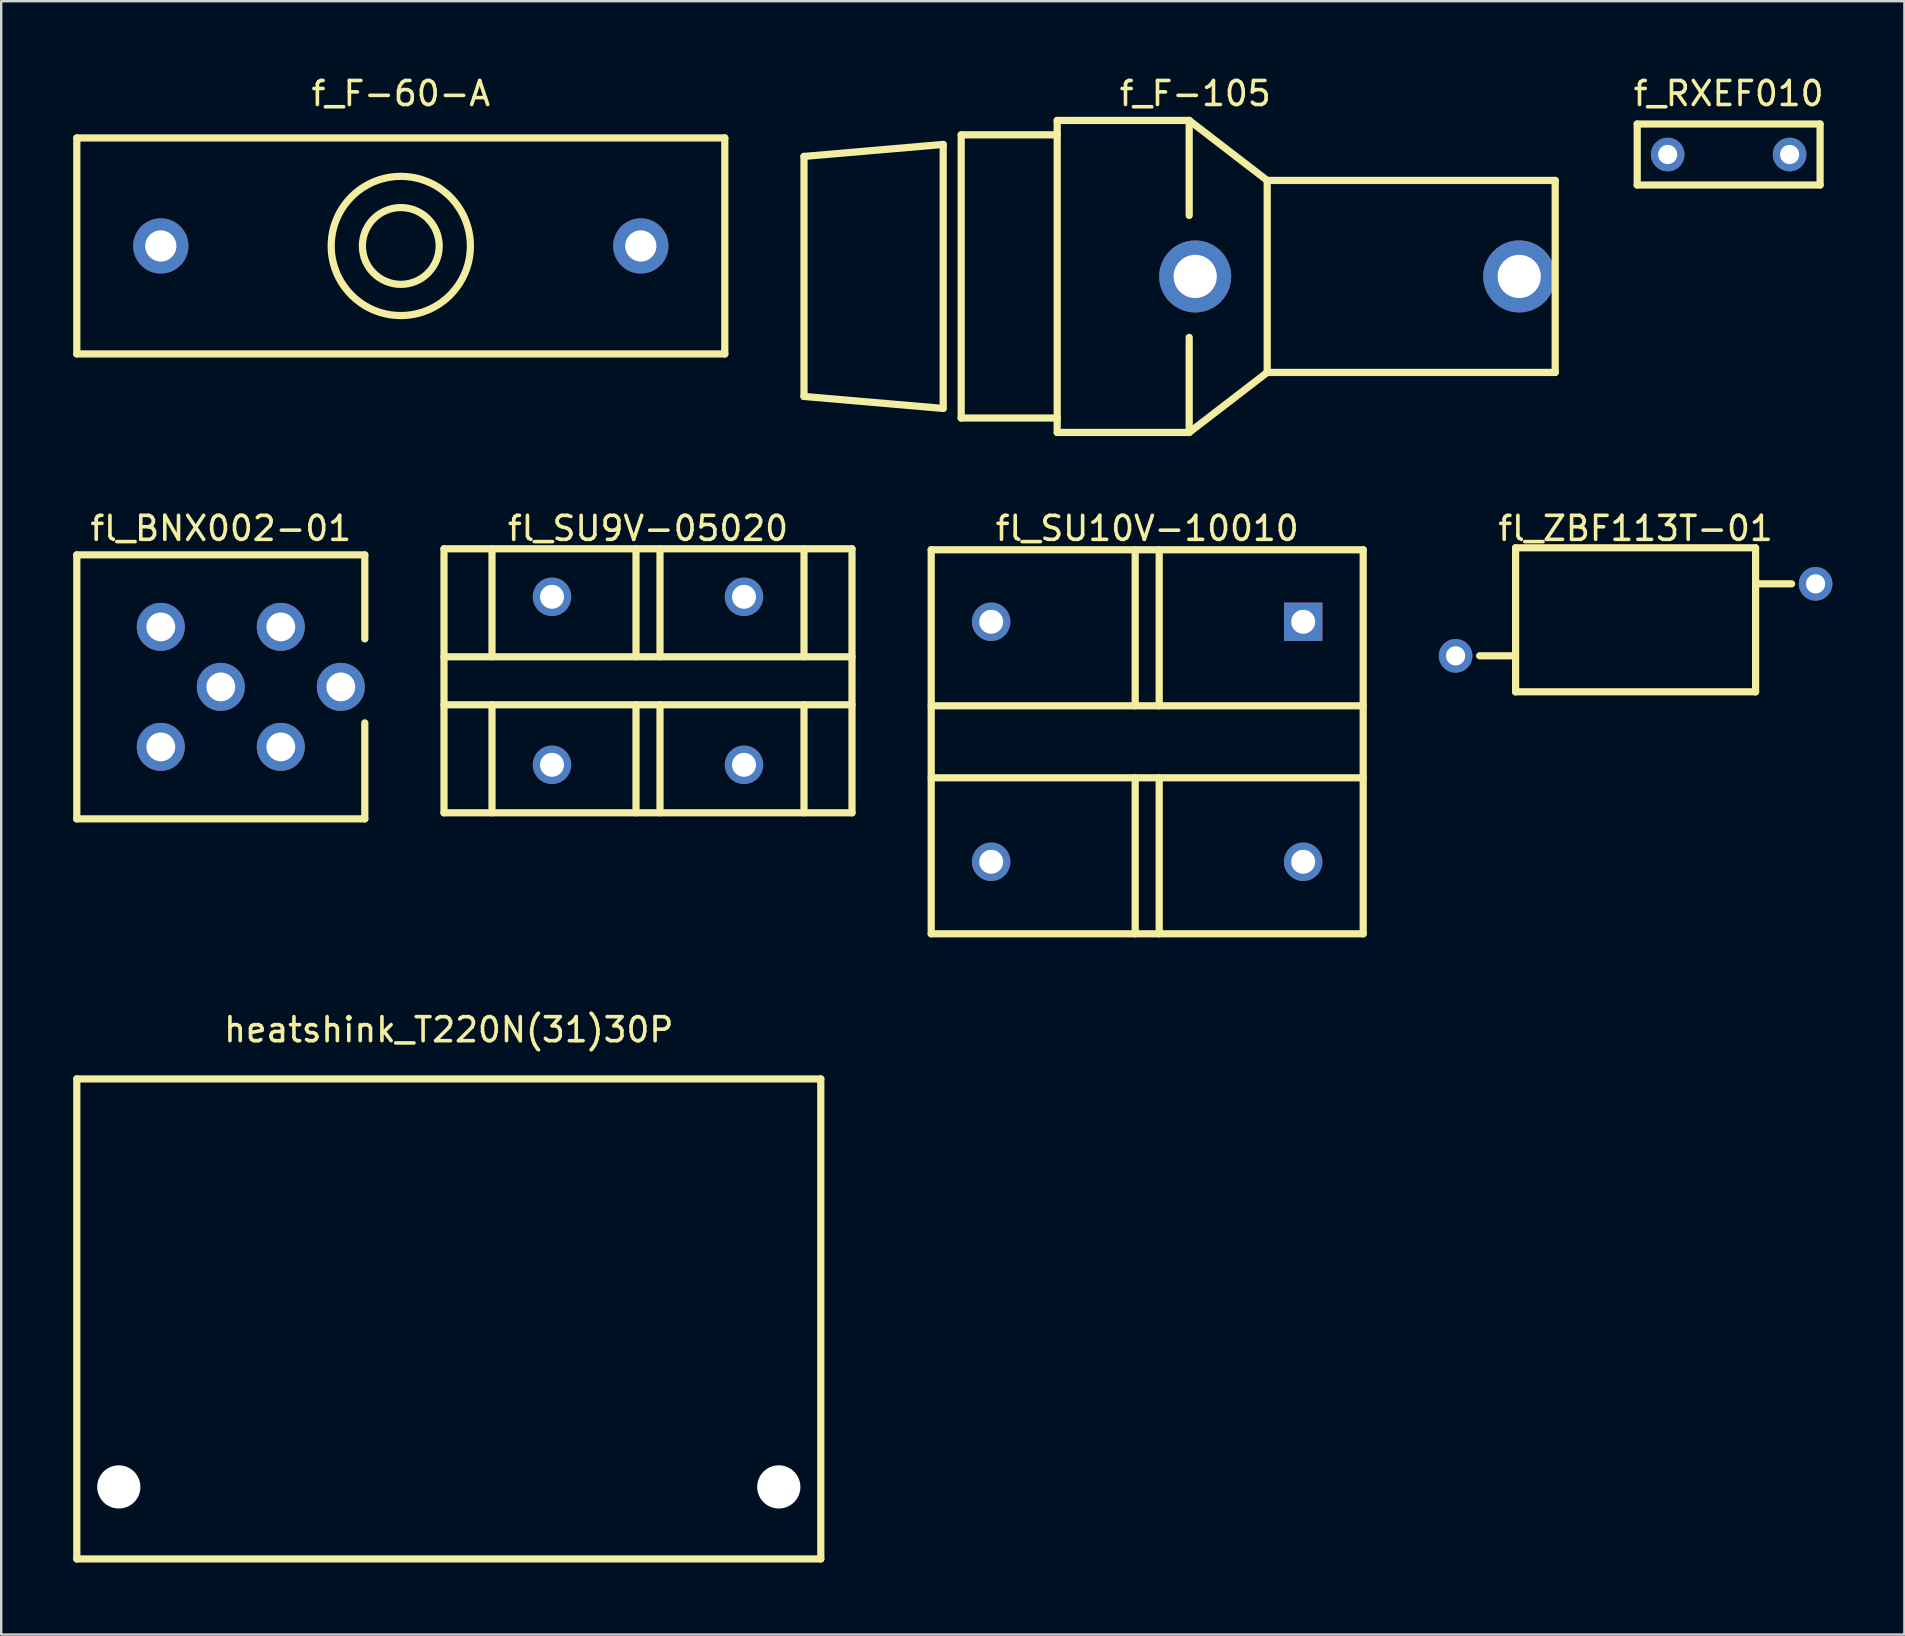
<source format=kicad_pcb>
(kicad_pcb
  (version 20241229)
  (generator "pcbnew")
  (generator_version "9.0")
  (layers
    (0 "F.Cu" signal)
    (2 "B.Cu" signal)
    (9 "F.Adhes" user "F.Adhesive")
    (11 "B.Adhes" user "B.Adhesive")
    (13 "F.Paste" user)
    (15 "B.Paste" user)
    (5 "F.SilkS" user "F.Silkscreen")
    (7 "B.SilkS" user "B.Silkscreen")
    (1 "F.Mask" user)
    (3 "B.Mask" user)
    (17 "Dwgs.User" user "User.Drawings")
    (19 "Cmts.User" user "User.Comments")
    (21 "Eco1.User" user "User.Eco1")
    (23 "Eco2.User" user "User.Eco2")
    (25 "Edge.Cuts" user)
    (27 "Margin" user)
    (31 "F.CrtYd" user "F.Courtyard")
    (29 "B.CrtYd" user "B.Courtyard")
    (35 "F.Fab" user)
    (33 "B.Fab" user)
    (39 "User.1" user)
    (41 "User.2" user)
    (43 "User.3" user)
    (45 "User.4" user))
  (footprint "f_F-60-A"
    (layer "F.Cu")
    (at 13.65 7.198)
    (property "Reference" "f_F-60-A" (at 0 -6.35 0) (layer "F.SilkS") (effects (font (size 1 1) (thickness 0.15))))
    (attr through_hole)
    (fp_line (start -13.5 -4.5) (end -13.5 4.5) (stroke (width 0.3) (type solid)) (layer "F.SilkS"))
    (fp_line (start -13.5 4.5) (end 13.5 4.5) (stroke (width 0.3) (type solid)) (layer "F.SilkS"))
    (fp_line (start 13.5 -4.5) (end -13.5 -4.5) (stroke (width 0.3) (type solid)) (layer "F.SilkS"))
    (fp_line (start 13.5 4.5) (end 13.5 -4.5) (stroke (width 0.3) (type solid)) (layer "F.SilkS"))
    (fp_circle (center 0 0) (end 1.6 0) (stroke (width 0.3) (type solid)) (fill no) (layer "F.SilkS"))
    (fp_circle (center 0 0) (end 2.9 0) (stroke (width 0.3) (type solid)) (fill no) (layer "F.SilkS"))
    (pad "1" thru_hole circle (at -10 0) (size 2.3 2.3) (drill 1.3) (layers "*.Cu" "*.Mask"))
    (pad "2" thru_hole circle (at 10 0) (size 2.3 2.3) (drill 1.3) (layers "*.Cu" "*.Mask")))
  (footprint "f_RXEF010"
    (layer "F.Cu")
    (at 68.977 3.388)
    (property "Reference" "f_RXEF010" (at 0 -2.54 0) (layer "F.SilkS") (effects (font (size 1 1) (thickness 0.15))))
    (attr through_hole)
    (fp_line (start -3.81 -1.27) (end -3.81 1.27) (stroke (width 0.3) (type solid)) (layer "F.SilkS"))
    (fp_line (start -3.81 1.27) (end 3.81 1.27) (stroke (width 0.3) (type solid)) (layer "F.SilkS"))
    (fp_line (start 3.81 -1.27) (end -3.81 -1.27) (stroke (width 0.3) (type solid)) (layer "F.SilkS"))
    (fp_line (start 3.81 1.27) (end 3.81 -1.27) (stroke (width 0.3) (type solid)) (layer "F.SilkS"))
    (pad "1" thru_hole circle (at -2.54 0) (size 1.4 1.4) (drill 0.8) (layers "*.Cu" "*.Mask"))
    (pad "2" thru_hole circle (at 2.54 0) (size 1.4 1.4) (drill 0.8) (layers "*.Cu" "*.Mask")))
  (footprint "fl_BNX002-01"
    (layer "F.Cu")
    (at 6.15 25.57)
    (property "Reference" "fl_BNX002-01" (at 0 -6.604 180) (layer "F.SilkS") (effects (font (size 1 1) (thickness 0.15))))
    (attr through_hole)
    (fp_line (start -6 -5.5) (end -6 5.5) (stroke (width 0.3) (type solid)) (layer "F.SilkS"))
    (fp_line (start -6 5.5) (end 6 5.5) (stroke (width 0.3) (type solid)) (layer "F.SilkS"))
    (fp_line (start 6 -5.5) (end -6 -5.5) (stroke (width 0.3) (type solid)) (layer "F.SilkS"))
    (fp_line (start 6 -2) (end 6 -5.5) (stroke (width 0.3) (type solid)) (layer "F.SilkS"))
    (fp_line (start 6 5.5) (end 6 1.5) (stroke (width 0.3) (type solid)) (layer "F.SilkS"))
    (pad "1" thru_hole circle (at 2.5 -2.5) (size 2 2) (drill 1.2) (layers "*.Cu" "*.Mask"))
    (pad "2" thru_hole circle (at 2.5 2.5) (size 2 2) (drill 1.2) (layers "*.Cu" "*.Mask"))
    (pad "3" thru_hole circle (at -2.5 -2.5) (size 2 2) (drill 1.2) (layers "*.Cu" "*.Mask"))
    (pad "4" thru_hole circle (at -2.5 2.5) (size 2 2) (drill 1.2) (layers "*.Cu" "*.Mask"))
    (pad "5" thru_hole circle (at 0 0) (size 2 2) (drill 1.2) (layers "*.Cu" "*.Mask"))
    (pad "6" thru_hole circle (at 5 0) (size 2 2) (drill 1.2) (layers "*.Cu" "*.Mask")))
  (footprint "fl_SU9V-05020"
    (layer "F.Cu")
    (at 23.95 25.317)
    (property "Reference" "fl_SU9V-05020" (at 0 -6.35 0) (layer "F.SilkS") (effects (font (size 1 1) (thickness 0.15))))
    (attr through_hole)
    (fp_line (start -8.5 -5.5) (end -8.5 5.5) (stroke (width 0.3) (type solid)) (layer "F.SilkS"))
    (fp_line (start -8.5 -5.5) (end 8.5 -5.5) (stroke (width 0.3) (type solid)) (layer "F.SilkS"))
    (fp_line (start -8.5 -1) (end 8.5 -1) (stroke (width 0.3) (type solid)) (layer "F.SilkS"))
    (fp_line (start -8.5 5.5) (end 8.5 5.5) (stroke (width 0.3) (type solid)) (layer "F.SilkS"))
    (fp_line (start -6.5 -1) (end -6.5 -5.5) (stroke (width 0.3) (type solid)) (layer "F.SilkS"))
    (fp_line (start -6.5 5.5) (end -6.5 1) (stroke (width 0.3) (type solid)) (layer "F.SilkS"))
    (fp_line (start -0.5 -1) (end -0.5 -5.5) (stroke (width 0.3) (type solid)) (layer "F.SilkS"))
    (fp_line (start -0.5 5.5) (end -0.5 1) (stroke (width 0.3) (type solid)) (layer "F.SilkS"))
    (fp_line (start 0.5 -1) (end 0.5 -5.5) (stroke (width 0.3) (type solid)) (layer "F.SilkS"))
    (fp_line (start 0.5 5.5) (end 0.5 1) (stroke (width 0.3) (type solid)) (layer "F.SilkS"))
    (fp_line (start 6.5 -1) (end 6.5 -5.5) (stroke (width 0.3) (type solid)) (layer "F.SilkS"))
    (fp_line (start 6.5 5.5) (end 6.5 1) (stroke (width 0.3) (type solid)) (layer "F.SilkS"))
    (fp_line (start 8.5 -5.5) (end 8.5 5.5) (stroke (width 0.3) (type solid)) (layer "F.SilkS"))
    (fp_line (start 8.5 1) (end -8.5 1) (stroke (width 0.3) (type solid)) (layer "F.SilkS"))
    (pad "1" thru_hole circle (at -4 3.5) (size 1.6 1.6) (drill 1) (layers "*.Cu" "*.Mask"))
    (pad "2" thru_hole circle (at 4 3.5) (size 1.6 1.6) (drill 1) (layers "*.Cu" "*.Mask"))
    (pad "3" thru_hole circle (at -4 -3.5) (size 1.6 1.6) (drill 1) (layers "*.Cu" "*.Mask"))
    (pad "4" thru_hole circle (at 4 -3.5) (size 1.6 1.6) (drill 1) (layers "*.Cu" "*.Mask")))
  (footprint "f_F-105"
    (layer "F.Cu")
    (at 46.75 8.468)
    (property "Reference" "f_F-105" (at 0 -7.62 0) (layer "F.SilkS") (effects (font (size 1 1) (thickness 0.15))))
    (attr through_hole)
    (fp_line (start -16.3 -5) (end -16.3 5) (stroke (width 0.3) (type solid)) (layer "F.SilkS"))
    (fp_line (start -10.5 -5.5) (end -16.3 -5) (stroke (width 0.3) (type solid)) (layer "F.SilkS"))
    (fp_line (start -10.5 -5.5) (end -10.5 5.5) (stroke (width 0.3) (type solid)) (layer "F.SilkS"))
    (fp_line (start -10.5 5.5) (end -16.3 5) (stroke (width 0.3) (type solid)) (layer "F.SilkS"))
    (fp_line (start -9.75 -5.9) (end -9.75 5.9) (stroke (width 0.3) (type solid)) (layer "F.SilkS"))
    (fp_line (start -9.75 -5.9) (end -5.75 -5.9) (stroke (width 0.3) (type solid)) (layer "F.SilkS"))
    (fp_line (start -9.75 5.9) (end -5.75 5.9) (stroke (width 0.3) (type solid)) (layer "F.SilkS"))
    (fp_line (start -5.75 -6.5) (end -5.75 6.5) (stroke (width 0.3) (type solid)) (layer "F.SilkS"))
    (fp_line (start -5.75 6.5) (end -0.25 6.5) (stroke (width 0.3) (type solid)) (layer "F.SilkS"))
    (fp_line (start -0.25 -6.5) (end -5.75 -6.5) (stroke (width 0.3) (type solid)) (layer "F.SilkS"))
    (fp_line (start -0.25 -2.54) (end -0.25 -6.5) (stroke (width 0.3) (type solid)) (layer "F.SilkS"))
    (fp_line (start -0.25 2.54) (end -0.25 6.5) (stroke (width 0.3) (type solid)) (layer "F.SilkS"))
    (fp_line (start -0.25 6.5) (end 3 4) (stroke (width 0.3) (type solid)) (layer "F.SilkS"))
    (fp_line (start 3 -4) (end -0.25 -6.5) (stroke (width 0.3) (type solid)) (layer "F.SilkS"))
    (fp_line (start 3 -4) (end 3 4) (stroke (width 0.3) (type solid)) (layer "F.SilkS"))
    (fp_line (start 3 4) (end 15 4) (stroke (width 0.3) (type solid)) (layer "F.SilkS"))
    (fp_line (start 15 -4) (end 3 -4) (stroke (width 0.3) (type solid)) (layer "F.SilkS"))
    (fp_line (start 15 -4) (end 15 4) (stroke (width 0.3) (type solid)) (layer "F.SilkS"))
    (pad "1" thru_hole circle (at 0 0) (size 3 3) (drill 1.8) (layers "*.Cu" "*.Mask"))
    (pad "2" thru_hole circle (at 13.5 0) (size 3 3) (drill 1.8) (layers "*.Cu" "*.Mask")))
  (footprint "heatshink_T220N(31)30P"
    (layer "F.Cu")
    (at 15.65 58.905)
    (property "Reference" "heatshink_T220N(31)30P" (at 0 -19.05 0) (layer "F.SilkS") (effects (font (size 1 1) (thickness 0.15))))
    (attr through_hole)
    (fp_line (start -15.5 -17) (end -15.5 3) (stroke (width 0.3) (type solid)) (layer "F.SilkS"))
    (fp_line (start -15.5 3) (end 15.5 3) (stroke (width 0.3) (type solid)) (layer "F.SilkS"))
    (fp_line (start 15.5 -17) (end -15.5 -17) (stroke (width 0.3) (type solid)) (layer "F.SilkS"))
    (fp_line (start 15.5 3) (end 15.5 -17) (stroke (width 0.3) (type solid)) (layer "F.SilkS"))
    (pad "" np_thru_hole circle (at -13.75 0) (size 1.8 1.8) (drill 1.8) (layers "*.Cu" "*.Mask"))
    (pad "" np_thru_hole circle (at 13.75 0) (size 1.8 1.8) (drill 1.8) (layers "*.Cu" "*.Mask")))
  (footprint "fl_ZBF113T-01"
    (layer "F.Cu")
    (at 65.1 22.776)
    (property "Reference" "fl_ZBF113T-01" (at 0 -3.81 0) (layer "F.SilkS") (effects (font (size 1 1) (thickness 0.15))))
    (attr through_hole)
    (fp_line (start -5 -3) (end -5 3) (stroke (width 0.3) (type solid)) (layer "F.SilkS"))
    (fp_line (start -5 1.5) (end -6.5 1.5) (stroke (width 0.3) (type solid)) (layer "F.SilkS"))
    (fp_line (start -5 3) (end 5 3) (stroke (width 0.3) (type solid)) (layer "F.SilkS"))
    (fp_line (start 5 -3) (end -5 -3) (stroke (width 0.3) (type solid)) (layer "F.SilkS"))
    (fp_line (start 5 -1.5) (end 6.5 -1.5) (stroke (width 0.3) (type solid)) (layer "F.SilkS"))
    (fp_line (start 5 3) (end 5 -3) (stroke (width 0.3) (type solid)) (layer "F.SilkS"))
    (pad "1" thru_hole circle (at -7.5 1.5) (size 1.4 1.4) (drill 0.8) (layers "*.Cu" "*.Mask"))
    (pad "2" thru_hole circle (at 7.5 -1.5) (size 1.4 1.4) (drill 0.8) (layers "*.Cu" "*.Mask")))
  (footprint "fl_SU10V-10010"
    (layer "F.Cu")
    (at 44.75 27.857)
    (property "Reference" "fl_SU10V-10010" (at 0 -8.89 0) (layer "F.SilkS") (effects (font (size 1 1) (thickness 0.15))))
    (attr through_hole)
    (fp_line (start -9 -8) (end -9 8) (stroke (width 0.3) (type solid)) (layer "F.SilkS"))
    (fp_line (start -9 -1.5) (end 9 -1.5) (stroke (width 0.3) (type solid)) (layer "F.SilkS"))
    (fp_line (start -9 8) (end 9 8) (stroke (width 0.3) (type solid)) (layer "F.SilkS"))
    (fp_line (start -0.5 -8) (end -0.5 -1.5) (stroke (width 0.3) (type solid)) (layer "F.SilkS"))
    (fp_line (start -0.5 8) (end -0.5 1.5) (stroke (width 0.3) (type solid)) (layer "F.SilkS"))
    (fp_line (start 0.5 -1.5) (end 0.5 -8) (stroke (width 0.3) (type solid)) (layer "F.SilkS"))
    (fp_line (start 0.5 1.5) (end 0.5 8) (stroke (width 0.3) (type solid)) (layer "F.SilkS"))
    (fp_line (start 9 -8) (end -9 -8) (stroke (width 0.3) (type solid)) (layer "F.SilkS"))
    (fp_line (start 9 1.5) (end -9 1.5) (stroke (width 0.3) (type solid)) (layer "F.SilkS"))
    (fp_line (start 9 8) (end 9 -8) (stroke (width 0.3) (type solid)) (layer "F.SilkS"))
    (pad "1" thru_hole rect (at 6.5 -5) (size 1.6 1.6) (drill 1) (layers "*.Cu" "*.Mask"))
    (pad "2" thru_hole circle (at -6.5 -5) (size 1.6 1.6) (drill 1) (layers "*.Cu" "*.Mask"))
    (pad "3" thru_hole circle (at 6.5 5) (size 1.6 1.6) (drill 1) (layers "*.Cu" "*.Mask"))
    (pad "4" thru_hole circle (at -6.5 5) (size 1.6 1.6) (drill 1) (layers "*.Cu" "*.Mask")))
  (gr_rect
    (start -3 -3)
    (end 76.3 65.055)
    (stroke (width 0.1) (type default))
    (fill no)
    (layer "Edge.Cuts")))
</source>
